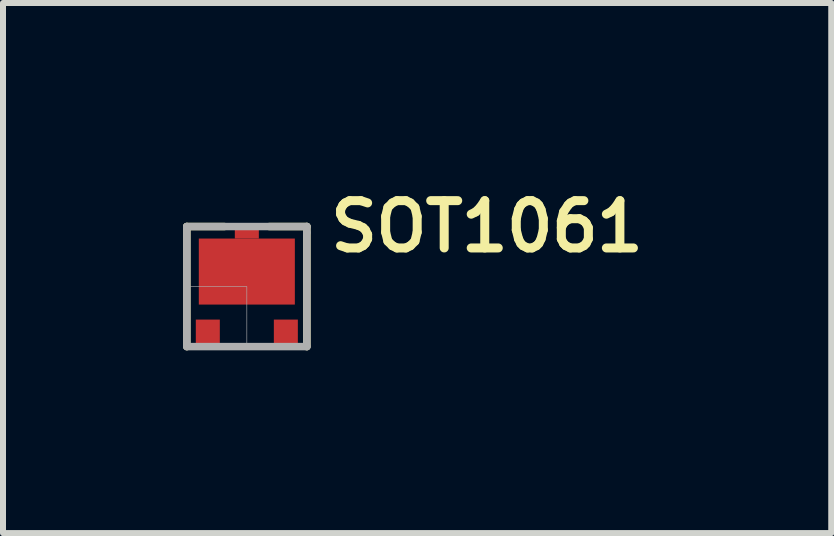
<source format=kicad_pcb>
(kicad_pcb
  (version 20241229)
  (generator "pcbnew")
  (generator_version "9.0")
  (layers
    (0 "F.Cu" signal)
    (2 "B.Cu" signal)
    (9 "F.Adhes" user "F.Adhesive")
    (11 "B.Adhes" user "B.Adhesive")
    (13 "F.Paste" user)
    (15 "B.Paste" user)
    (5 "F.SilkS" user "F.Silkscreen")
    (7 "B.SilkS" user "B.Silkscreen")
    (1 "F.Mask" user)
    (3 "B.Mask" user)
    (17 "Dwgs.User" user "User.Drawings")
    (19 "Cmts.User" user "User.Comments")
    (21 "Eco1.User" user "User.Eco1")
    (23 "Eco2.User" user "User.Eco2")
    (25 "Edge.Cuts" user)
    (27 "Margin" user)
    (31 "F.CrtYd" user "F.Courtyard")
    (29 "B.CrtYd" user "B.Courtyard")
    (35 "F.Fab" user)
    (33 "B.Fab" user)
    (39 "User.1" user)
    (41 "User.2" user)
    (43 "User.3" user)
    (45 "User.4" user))
  (footprint "SOT1061"
    (layer "F.Cu")
    (at 1.062 1.724)
    (property "Reference" "SOT1061" (at 4.001 -1 0) (layer "F.SilkS") (effects (font (size 0.788 0.788) (thickness 0.15))))
    (attr smd)
    (fp_poly (pts (xy -0.901 0.5) (xy -0.4 0.5) (xy -0.4 1.102) (xy -0.901 1.102)) (stroke (width 0.01) (type solid)) (fill yes) (layer "F.Mask"))
    (fp_poly (pts (xy 0.401 0.5) (xy 0.9 0.5) (xy 0.9 1.101) (xy 0.401 1.101)) (stroke (width 0.01) (type solid)) (fill yes) (layer "F.Mask"))
    (fp_poly (pts (xy 0.85 0.35) (xy -0.85 0.35) (xy -0.85 -0.85) (xy -0.25 -0.85) (xy -0.25 -1.1) (xy 0.25 -1.1) (xy 0.25 -0.85) (xy 0.85 -0.85)) (stroke (width 0) (type solid)) (fill yes) (layer "F.Mask"))
    (fp_line (start -1 -1) (end -1 1) (stroke (width 0.125) (type solid)) (layer "F.SilkS"))
    (fp_line (start -0.375 -1) (end -1 -1) (stroke (width 0.125) (type solid)) (layer "F.SilkS"))
    (fp_line (start 1 -1) (end 0.375 -1) (stroke (width 0.125) (type solid)) (layer "F.SilkS"))
    (fp_line (start 1 1) (end 1 -1) (stroke (width 0.125) (type solid)) (layer "F.SilkS"))
    (fp_poly (pts (xy 0.8 0.3) (xy -0.8 0.3) (xy -0.8 -0.8) (xy -0.2 -0.8) (xy -0.2 -1.05) (xy 0.2 -1.05) (xy 0.2 -0.8) (xy 0.8 -0.8)) (stroke (width 0) (type solid)) (fill yes) (layer "F.Paste"))
    (fp_line (start -1 -1) (end 1 -1) (stroke (width 0.125) (type solid)) (layer "F.Fab"))
    (fp_line (start -1 1) (end -1 -1) (stroke (width 0.125) (type solid)) (layer "F.Fab"))
    (fp_line (start 1 -1) (end 1 -0.9) (stroke (width 0.125) (type solid)) (layer "F.Fab"))
    (fp_line (start 1 -0.9) (end 1 1) (stroke (width 0.125) (type solid)) (layer "F.Fab"))
    (fp_line (start 1 1) (end -1 1) (stroke (width 0.125) (type solid)) (layer "F.Fab"))
    (fp_poly (pts (xy -1 0) (xy 0 0) (xy 0 1) (xy -1 1)) (stroke (width 0.01) (type solid)) (fill no) (layer "F.Fab"))
    (pad "1" smd rect (at -0.65 0.8) (size 0.4 0.5) (layers "F.Cu" "F.Paste"))
    (pad "2" smd rect (at 0.65 0.8) (size 0.4 0.5) (layers "F.Cu" "F.Paste"))
    (pad "3" smd rect (at 0 -0.925) (size 0.4 0.25) (layers "F.Cu" "F.Mask" "F.Paste"))
    (pad "3" smd rect (at 0 -0.875) (size 0.001 0.001) (layers "F.Cu"))
    (pad "3" smd rect (at 0 -0.25) (size 1.6 1.1) (layers "F.Cu" "F.Mask" "F.Paste")))
  (gr_rect
    (start -3 -3)
    (end 10.798 5.831)
    (stroke (width 0.1) (type default))
    (fill no)
    (layer "Edge.Cuts")))
</source>
